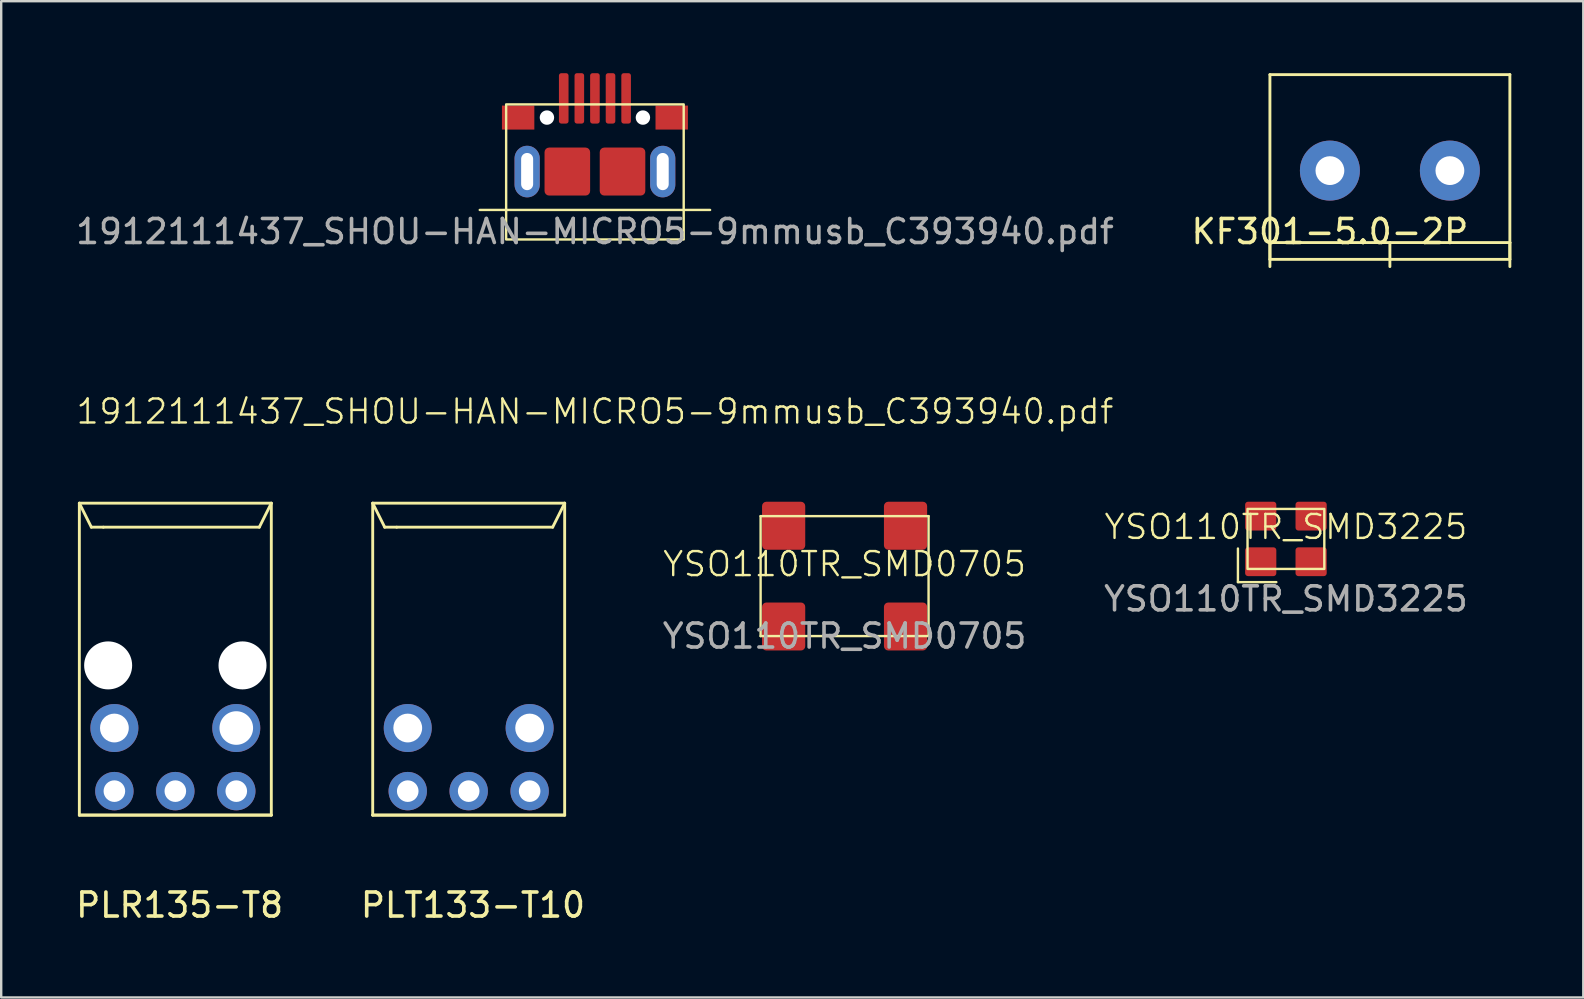
<source format=kicad_pcb>
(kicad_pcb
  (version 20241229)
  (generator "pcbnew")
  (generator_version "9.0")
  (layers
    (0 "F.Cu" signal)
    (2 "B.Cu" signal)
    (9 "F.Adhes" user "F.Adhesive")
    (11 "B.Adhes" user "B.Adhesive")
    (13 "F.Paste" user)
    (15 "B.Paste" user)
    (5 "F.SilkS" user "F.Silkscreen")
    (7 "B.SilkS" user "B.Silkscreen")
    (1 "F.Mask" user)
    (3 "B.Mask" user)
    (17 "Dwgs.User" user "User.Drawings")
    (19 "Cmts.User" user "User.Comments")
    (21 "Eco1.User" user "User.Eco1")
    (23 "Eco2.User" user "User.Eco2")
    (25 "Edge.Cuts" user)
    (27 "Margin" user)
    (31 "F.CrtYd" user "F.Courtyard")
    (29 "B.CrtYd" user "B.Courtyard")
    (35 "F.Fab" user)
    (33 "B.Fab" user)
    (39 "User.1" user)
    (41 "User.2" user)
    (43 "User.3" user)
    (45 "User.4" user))
  (footprint "KF301-5.0-2P"
    (layer "F.Cu")
    (at 54.875 4.06)
    (property "Reference" "KF301-5.0-2P" (at -2.5 2.54 0) (layer "F.SilkS") (effects (font (size 1 1) (thickness 0.15))))
    (attr through_hole)
    (fp_line (start -5 -4) (end -5 3) (stroke (width 0.12) (type solid)) (layer "F.SilkS"))
    (fp_line (start -5 -4) (end 5 -4) (stroke (width 0.12) (type solid)) (layer "F.SilkS"))
    (fp_line (start -5 3) (end -5 3.7) (stroke (width 0.12) (type solid)) (layer "F.SilkS"))
    (fp_line (start -5 3) (end -5 4) (stroke (width 0.12) (type solid)) (layer "F.SilkS"))
    (fp_line (start -5 3.7) (end 5 3.7) (stroke (width 0.12) (type solid)) (layer "F.SilkS"))
    (fp_line (start 0 3) (end 0 4) (stroke (width 0.12) (type solid)) (layer "F.SilkS"))
    (fp_line (start 5 -4) (end 5 3) (stroke (width 0.12) (type solid)) (layer "F.SilkS"))
    (fp_line (start 5 3) (end -5 3) (stroke (width 0.12) (type solid)) (layer "F.SilkS"))
    (fp_line (start 5 3) (end 5 3.7) (stroke (width 0.12) (type solid)) (layer "F.SilkS"))
    (fp_line (start 5 3) (end 5 4) (stroke (width 0.12) (type solid)) (layer "F.SilkS"))
    (pad "1" thru_hole circle (at -2.5 0) (size 2.5 2.5) (drill 1.2) (layers "*.Cu" "*.Mask"))
    (pad "2" thru_hole circle (at 2.5 0) (size 2.5 2.5) (drill 1.2) (layers "*.Cu" "*.Mask")))
  (footprint "PLT133-T10"
    (layer "F.Cu")
    (at 16.483 29.921)
    (property "Reference" "PLT133-T10" (at 0.178 4.75 0) (layer "F.SilkS") (effects (font (size 1 1) (thickness 0.15))))
    (attr through_hole)
    (fp_line (start -4 1) (end -4 -12) (stroke (width 0.12) (type solid)) (layer "F.SilkS"))
    (fp_line (start -4 1) (end 4 1) (stroke (width 0.12) (type solid)) (layer "F.SilkS"))
    (fp_line (start -3.5 -11) (end -4 -12) (stroke (width 0.12) (type solid)) (layer "F.SilkS"))
    (fp_line (start -3 -11) (end -3.5 -11) (stroke (width 0.12) (type solid)) (layer "F.SilkS"))
    (fp_line (start 3.5 -11) (end -3 -11) (stroke (width 0.12) (type solid)) (layer "F.SilkS"))
    (fp_line (start 4 -12) (end -4 -12) (stroke (width 0.12) (type solid)) (layer "F.SilkS"))
    (fp_line (start 4 -12) (end 3.5 -11) (stroke (width 0.12) (type solid)) (layer "F.SilkS"))
    (fp_line (start 4 -12) (end 4 1) (stroke (width 0.12) (type solid)) (layer "F.SilkS"))
    (fp_line (start 4 1) (end -4 1) (stroke (width 0.12) (type solid)) (layer "F.SilkS"))
    (pad "" thru_hole circle (at -2.54 -2.63) (size 2 2) (drill 1.2) (layers "*.Cu" "*.Mask"))
    (pad "" thru_hole circle (at 2.54 -2.63) (size 2 2) (drill 1.2) (layers "*.Cu" "*.Mask"))
    (pad "1" thru_hole circle (at 2.54 0) (size 1.6 1.6) (drill 0.9) (layers "*.Cu" "*.Mask"))
    (pad "2" thru_hole circle (at 0 0) (size 1.6 1.6) (drill 0.9) (layers "*.Cu" "*.Mask"))
    (pad "3" thru_hole circle (at -2.54 0) (size 1.6 1.6) (drill 0.9) (layers "*.Cu" "*.Mask")))
  (footprint "1912111437_SHOU-HAN-MICRO5-9mmusb_C393940.pdf"
    (layer "F.Cu")
    (at 21.744 4.1)
    (property "Reference" "1912111437_SHOU-HAN-MICRO5-9mmusb_C393940.pdf" (at 0 10 0) (unlocked yes) (layer "F.SilkS") (effects (font (size 1 1) (thickness 0.1))))
    (attr smd)
    (fp_line (start -4.8 1.6) (end 4.8 1.6) (stroke (width 0.1) (type default)) (layer "F.SilkS"))
    (fp_rect (start -3.7 -2.8) (end 3.7 2.83) (stroke (width 0.1) (type default)) (fill no) (layer "F.SilkS"))
    (fp_text user "${REFERENCE}" (at 0 2.5 0) (unlocked yes) (layer "F.Fab") (effects (font (size 1 1) (thickness 0.15))))
    (pad "" np_thru_hole circle (at -2 -2.25) (size 0.6 0.6) (drill 0.6) (layers "*.Cu" "*.Mask"))
    (pad "" np_thru_hole circle (at 2 -2.25) (size 0.6 0.6) (drill 0.6) (layers "*.Cu" "*.Mask"))
    (pad "1" smd roundrect (at -1.3 -3.05) (size 0.4 2.1) (layers "F.Cu" "F.Mask" "F.Paste") (roundrect_rratio 0.25))
    (pad "2" smd roundrect (at -0.65 -3.05) (size 0.4 2.1) (layers "F.Cu" "F.Mask" "F.Paste") (roundrect_rratio 0.25))
    (pad "3" smd roundrect (at 0 -3.05) (size 0.4 2.1) (layers "F.Cu" "F.Mask" "F.Paste") (roundrect_rratio 0.25))
    (pad "4" smd roundrect (at 0.65 -3.05) (size 0.4 2.1) (layers "F.Cu" "F.Mask" "F.Paste") (roundrect_rratio 0.25))
    (pad "5" smd roundrect (at 1.3 -3.05) (size 0.4 2.1) (layers "F.Cu" "F.Mask" "F.Paste") (roundrect_rratio 0.25))
    (pad "6" smd rect (at -3.2 -2.25) (size 1.35 1) (layers "F.Cu" "F.Mask" "F.Paste"))
    (pad "6" thru_hole oval (at -2.825 0) (size 1.05 2.15) (drill oval 0.5 1.55) (layers "*.Cu" "*.Mask"))
    (pad "6" smd roundrect (at -1.15 0) (size 1.9 2) (layers "F.Cu" "F.Mask" "F.Paste") (roundrect_rratio 0.1))
    (pad "6" smd roundrect (at 1.15 0) (size 1.9 2) (layers "F.Cu" "F.Mask" "F.Paste") (roundrect_rratio 0.1))
    (pad "6" thru_hole oval (at 2.825 0) (size 1.05 2.15) (drill oval 0.5 1.55) (layers "*.Cu" "*.Mask"))
    (pad "6" smd rect (at 3.2 -2.25) (size 1.35 1) (layers "F.Cu" "F.Mask" "F.Paste")))
  (footprint "PLR135-T8"
    (layer "F.Cu")
    (at 4.257 29.921)
    (property "Reference" "PLR135-T8" (at 0.178 4.75 0) (layer "F.SilkS") (effects (font (size 1 1) (thickness 0.15))))
    (attr through_hole)
    (fp_line (start -4 1) (end -4 -12) (stroke (width 0.12) (type solid)) (layer "F.SilkS"))
    (fp_line (start -4 1) (end 4 1) (stroke (width 0.12) (type solid)) (layer "F.SilkS"))
    (fp_line (start -3.5 -11) (end -4 -12) (stroke (width 0.12) (type solid)) (layer "F.SilkS"))
    (fp_line (start -3 -11) (end -3.5 -11) (stroke (width 0.12) (type solid)) (layer "F.SilkS"))
    (fp_line (start 3.5 -11) (end -3 -11) (stroke (width 0.12) (type solid)) (layer "F.SilkS"))
    (fp_line (start 4 -12) (end -4 -12) (stroke (width 0.12) (type solid)) (layer "F.SilkS"))
    (fp_line (start 4 -12) (end 3.5 -11) (stroke (width 0.12) (type solid)) (layer "F.SilkS"))
    (fp_line (start 4 -12) (end 4 1) (stroke (width 0.12) (type solid)) (layer "F.SilkS"))
    (fp_line (start 4 1) (end -4 1) (stroke (width 0.12) (type solid)) (layer "F.SilkS"))
    (pad "" np_thru_hole circle (at -2.8 -5.24) (size 2 2) (drill 2) (layers "*.Cu" "*.Mask"))
    (pad "" thru_hole circle (at -2.54 -2.63) (size 2 2) (drill 1.2) (layers "*.Cu" "*.Mask"))
    (pad "" thru_hole circle (at 2.54 -2.63) (size 2 2) (drill 1.4) (layers "*.Cu" "*.Mask"))
    (pad "" np_thru_hole circle (at 2.8 -5.24) (size 2 2) (drill 2) (layers "*.Cu" "*.Mask"))
    (pad "1" thru_hole circle (at -2.54 0) (size 1.6 1.6) (drill 0.9) (layers "*.Cu" "*.Mask"))
    (pad "2" thru_hole circle (at 0 0) (size 1.6 1.6) (drill 0.9) (layers "*.Cu" "*.Mask"))
    (pad "3" thru_hole circle (at 2.54 0) (size 1.6 1.6) (drill 0.9) (layers "*.Cu" "*.Mask")))
  (footprint "YSO110TR_SMD0705"
    (layer "F.Cu")
    (at 32.149 20.96)
    (property "Reference" "YSO110TR_SMD0705" (at 0 -0.5 0) (unlocked yes) (layer "F.SilkS") (effects (font (size 1 1) (thickness 0.1))))
    (attr smd)
    (fp_line (start -3.5 -2.5) (end -3.5 2.5) (stroke (width 0.1) (type default)) (layer "F.SilkS"))
    (fp_line (start 3.5 -2.5) (end 3.5 2.5) (stroke (width 0.1) (type default)) (layer "F.SilkS"))
    (fp_line (start 3.5 2.5) (end -3.5 2.5) (stroke (width 0.1) (type default)) (layer "F.SilkS"))
    (fp_rect (start -3.5 -2.5) (end 3.5 -2.5) (stroke (width 0.1) (type default)) (fill no) (layer "F.SilkS"))
    (fp_text user "${REFERENCE}" (at 0 2.5 0) (unlocked yes) (layer "F.Fab") (effects (font (size 1 1) (thickness 0.15))))
    (pad "1" smd roundrect (at -2.54 2.1) (size 1.8 2) (layers "F.Cu" "F.Mask" "F.Paste") (roundrect_rratio 0.1))
    (pad "2" smd roundrect (at 2.54 2.1) (size 1.8 2) (layers "F.Cu" "F.Mask" "F.Paste") (roundrect_rratio 0.1))
    (pad "3" smd roundrect (at 2.54 -2.1) (size 1.8 2) (layers "F.Cu" "F.Mask" "F.Paste") (roundrect_rratio 0.1))
    (pad "4" smd roundrect (at -2.54 -2.1) (size 1.8 2) (layers "F.Cu" "F.Mask" "F.Paste") (roundrect_rratio 0.1)))
  (footprint "YSO110TR_SMD3225"
    (layer "F.Cu")
    (at 50.542 19.41)
    (property "Reference" "YSO110TR_SMD3225" (at 0 -0.5 0) (unlocked yes) (layer "F.SilkS") (effects (font (size 1 1) (thickness 0.1))))
    (attr smd)
    (fp_line (start -2 0.4) (end -2 1.8) (stroke (width 0.1) (type default)) (layer "F.SilkS"))
    (fp_line (start -2 1.8) (end -0.4 1.8) (stroke (width 0.1) (type default)) (layer "F.SilkS"))
    (fp_rect (start -1.6 -1.25) (end 1.6 1.25) (stroke (width 0.1) (type default)) (fill no) (layer "F.SilkS"))
    (fp_text user "${REFERENCE}" (at 0 2.5 0) (unlocked yes) (layer "F.Fab") (effects (font (size 1 1) (thickness 0.15))))
    (pad "1" smd roundrect (at -1.05 0.95) (size 1.3 1.2) (layers "F.Cu" "F.Mask" "F.Paste") (roundrect_rratio 0.1))
    (pad "2" smd roundrect (at 1.05 0.95) (size 1.3 1.2) (layers "F.Cu" "F.Mask" "F.Paste") (roundrect_rratio 0.1))
    (pad "3" smd roundrect (at 1.05 -0.95) (size 1.3 1.2) (layers "F.Cu" "F.Mask" "F.Paste") (roundrect_rratio 0.1))
    (pad "4" smd roundrect (at -1.05 -0.95) (size 1.3 1.2) (layers "F.Cu" "F.Mask" "F.Paste") (roundrect_rratio 0.1)))
  (gr_rect
    (start -3 -3)
    (end 62.935 38.519)
    (stroke (width 0.1) (type default))
    (fill no)
    (layer "Edge.Cuts")))
</source>
